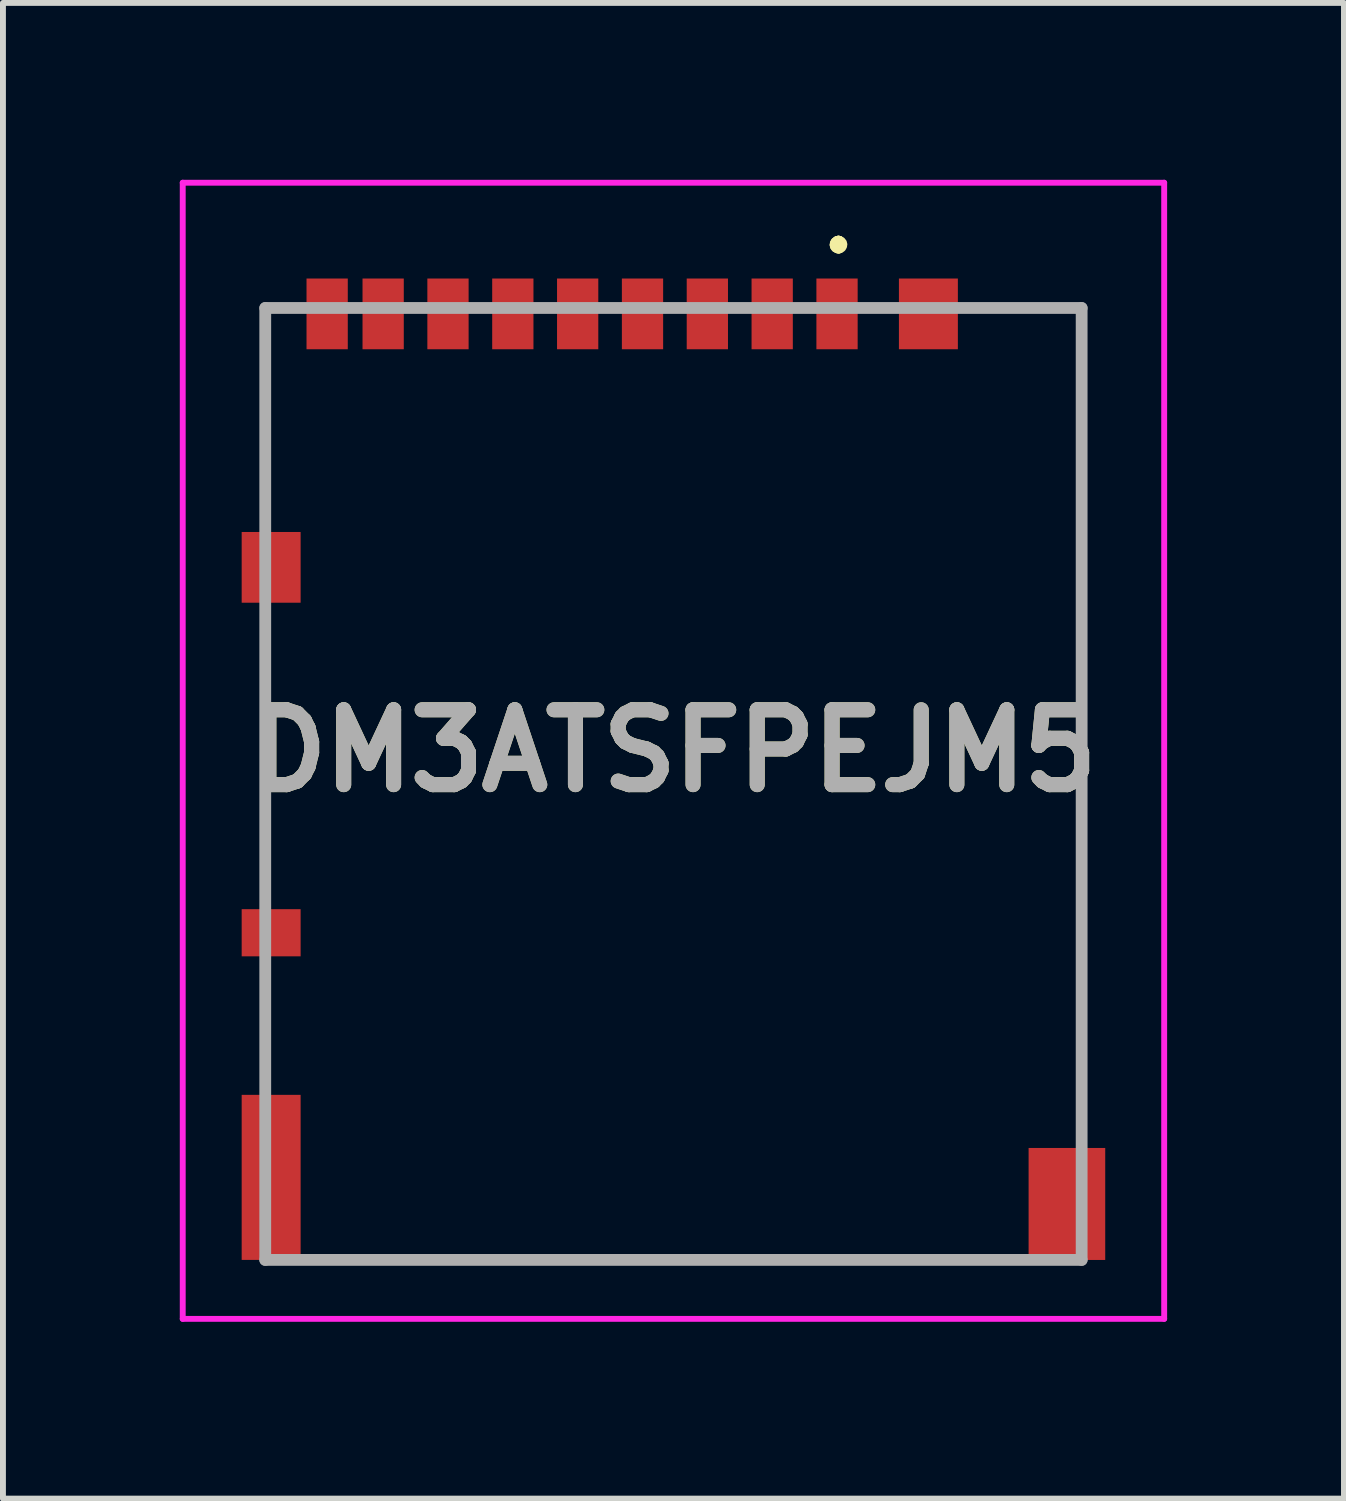
<source format=kicad_pcb>
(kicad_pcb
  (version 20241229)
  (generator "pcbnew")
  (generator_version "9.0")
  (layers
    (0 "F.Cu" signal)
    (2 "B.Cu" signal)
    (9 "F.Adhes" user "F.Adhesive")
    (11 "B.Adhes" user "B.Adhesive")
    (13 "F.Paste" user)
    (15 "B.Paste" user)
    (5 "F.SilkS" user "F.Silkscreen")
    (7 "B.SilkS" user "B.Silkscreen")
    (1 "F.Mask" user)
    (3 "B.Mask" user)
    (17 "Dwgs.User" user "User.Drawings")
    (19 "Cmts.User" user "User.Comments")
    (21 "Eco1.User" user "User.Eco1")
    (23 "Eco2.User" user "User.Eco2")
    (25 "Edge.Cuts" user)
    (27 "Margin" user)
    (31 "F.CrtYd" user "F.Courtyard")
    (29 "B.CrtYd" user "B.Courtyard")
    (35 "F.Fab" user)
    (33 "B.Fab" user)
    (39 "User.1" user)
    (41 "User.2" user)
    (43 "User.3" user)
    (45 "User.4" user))
  (footprint "DM3ATSFPEJM5"
    (layer "F.Cu")
    (at 8.375 9.687)
    (property "Reference" "DM3ATSFPEJM5" (at 0 0 0) (layer "F.SilkS") (effects (font (size 1.27 1.27) (thickness 0.254))))
    (attr smd)
    (fp_line (start -6.925 -7.512) (end -6.925 -4.438) (stroke (width 0.1) (type solid)) (layer "F.SilkS"))
    (fp_line (start -6.925 -1.938) (end -6.925 2.063) (stroke (width 0.1) (type solid)) (layer "F.SilkS"))
    (fp_line (start -6.925 4.063) (end -6.925 5.313) (stroke (width 0.1) (type solid)) (layer "F.SilkS"))
    (fp_line (start 2.8 -8.637) (end 2.8 -8.637) (stroke (width 0.2) (type solid)) (layer "F.SilkS"))
    (fp_line (start 2.8 -8.637) (end 2.8 -8.637) (stroke (width 0.2) (type solid)) (layer "F.SilkS"))
    (fp_line (start 2.8 -8.537) (end 2.8 -8.537) (stroke (width 0.2) (type solid)) (layer "F.SilkS"))
    (fp_line (start 5.5 -7.512) (end 6.925 -7.512) (stroke (width 0.1) (type solid)) (layer "F.SilkS"))
    (fp_line (start 5.5 8.637) (end -5.75 8.637) (stroke (width 0.1) (type solid)) (layer "F.SilkS"))
    (fp_line (start 6.925 -7.512) (end 6.925 6.313) (stroke (width 0.1) (type solid)) (layer "F.SilkS"))
    (fp_arc (start 2.8 -8.637) (mid 2.85 -8.587) (end 2.8 -8.537) (stroke (width 0.2) (type solid)) (layer "F.SilkS"))
    (fp_arc (start 2.8 -8.537) (mid 2.75 -8.587) (end 2.8 -8.637) (stroke (width 0.2) (type solid)) (layer "F.SilkS"))
    (fp_arc (start 2.8 -8.537) (mid 2.75 -8.587) (end 2.8 -8.637) (stroke (width 0.2) (type solid)) (layer "F.SilkS"))
    (fp_line (start -8.325 -9.637) (end 8.325 -9.637) (stroke (width 0.1) (type solid)) (layer "F.CrtYd"))
    (fp_line (start -8.325 9.637) (end -8.325 -9.637) (stroke (width 0.1) (type solid)) (layer "F.CrtYd"))
    (fp_line (start 8.325 -9.637) (end 8.325 9.637) (stroke (width 0.1) (type solid)) (layer "F.CrtYd"))
    (fp_line (start 8.325 9.637) (end -8.325 9.637) (stroke (width 0.1) (type solid)) (layer "F.CrtYd"))
    (fp_line (start -6.925 -7.512) (end 6.925 -7.512) (stroke (width 0.2) (type solid)) (layer "F.Fab"))
    (fp_line (start -6.925 8.637) (end -6.925 -7.512) (stroke (width 0.2) (type solid)) (layer "F.Fab"))
    (fp_line (start 6.925 -7.512) (end 6.925 8.637) (stroke (width 0.2) (type solid)) (layer "F.Fab"))
    (fp_line (start 6.925 8.637) (end -6.925 8.637) (stroke (width 0.2) (type solid)) (layer "F.Fab"))
    (fp_text user "${REFERENCE}" (at 0 0 0) (layer "F.Fab") (effects (font (size 1.27 1.27) (thickness 0.254))))
    (pad "1" smd rect (at 2.775 -7.412) (size 0.7 1.2) (layers "F.Cu" "F.Mask" "F.Paste"))
    (pad "2" smd rect (at 1.675 -7.412) (size 0.7 1.2) (layers "F.Cu" "F.Mask" "F.Paste"))
    (pad "3" smd rect (at 0.575 -7.412) (size 0.7 1.2) (layers "F.Cu" "F.Mask" "F.Paste"))
    (pad "4" smd rect (at -0.525 -7.412) (size 0.7 1.2) (layers "F.Cu" "F.Mask" "F.Paste"))
    (pad "5" smd rect (at -1.625 -7.412) (size 0.7 1.2) (layers "F.Cu" "F.Mask" "F.Paste"))
    (pad "6" smd rect (at -2.725 -7.412) (size 0.7 1.2) (layers "F.Cu" "F.Mask" "F.Paste"))
    (pad "7" smd rect (at -3.825 -7.412) (size 0.7 1.2) (layers "F.Cu" "F.Mask" "F.Paste"))
    (pad "8" smd rect (at -4.925 -7.412) (size 0.7 1.2) (layers "F.Cu" "F.Mask" "F.Paste"))
    (pad "MP1" smd rect (at 4.325 -7.412) (size 1 1.2) (layers "F.Cu" "F.Mask" "F.Paste"))
    (pad "MP2" smd rect (at -5.875 -7.412) (size 0.7 1.2) (layers "F.Cu" "F.Mask" "F.Paste"))
    (pad "MP3" smd rect (at -6.825 -3.112) (size 1 1.2) (layers "F.Cu" "F.Mask" "F.Paste"))
    (pad "MP4" smd rect (at -6.825 3.087 90) (size 0.8 1) (layers "F.Cu" "F.Mask" "F.Paste"))
    (pad "MP5" smd rect (at -6.825 7.237) (size 1 2.8) (layers "F.Cu" "F.Mask" "F.Paste"))
    (pad "MP6" smd rect (at 6.675 7.688) (size 1.3 1.9) (layers "F.Cu" "F.Mask" "F.Paste")))
  (gr_rect
    (start -3 -3)
    (end 19.75 22.374)
    (stroke (width 0.1) (type default))
    (fill no)
    (layer "Edge.Cuts")))
</source>
